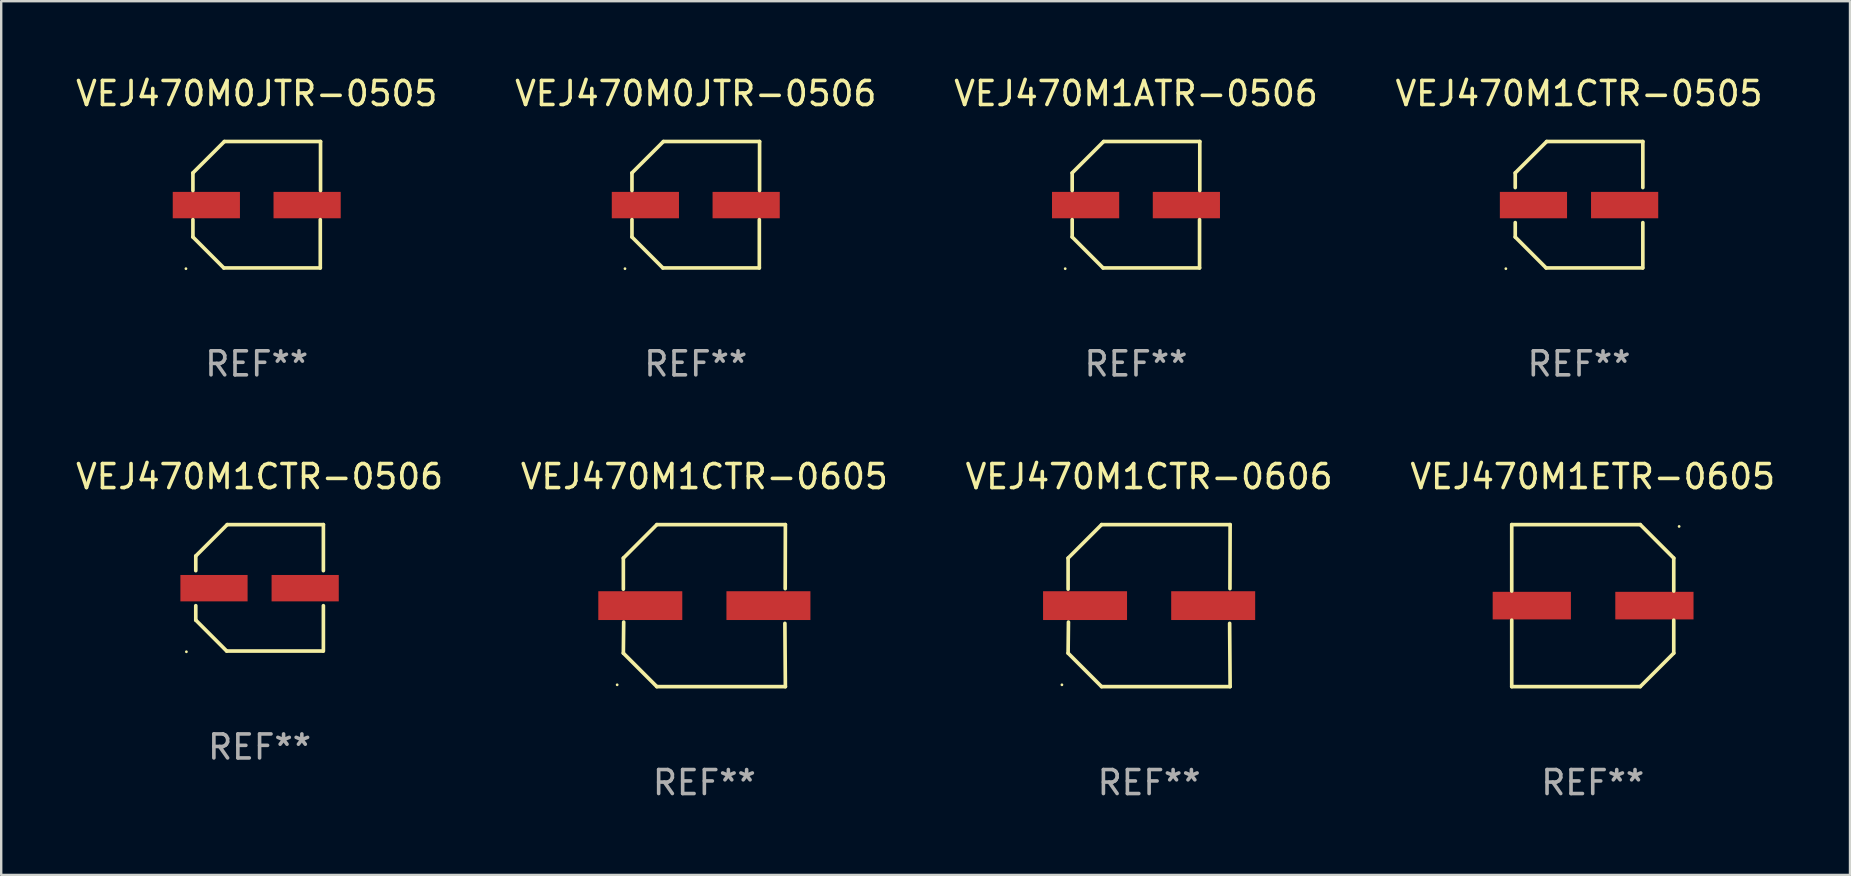
<source format=kicad_pcb>
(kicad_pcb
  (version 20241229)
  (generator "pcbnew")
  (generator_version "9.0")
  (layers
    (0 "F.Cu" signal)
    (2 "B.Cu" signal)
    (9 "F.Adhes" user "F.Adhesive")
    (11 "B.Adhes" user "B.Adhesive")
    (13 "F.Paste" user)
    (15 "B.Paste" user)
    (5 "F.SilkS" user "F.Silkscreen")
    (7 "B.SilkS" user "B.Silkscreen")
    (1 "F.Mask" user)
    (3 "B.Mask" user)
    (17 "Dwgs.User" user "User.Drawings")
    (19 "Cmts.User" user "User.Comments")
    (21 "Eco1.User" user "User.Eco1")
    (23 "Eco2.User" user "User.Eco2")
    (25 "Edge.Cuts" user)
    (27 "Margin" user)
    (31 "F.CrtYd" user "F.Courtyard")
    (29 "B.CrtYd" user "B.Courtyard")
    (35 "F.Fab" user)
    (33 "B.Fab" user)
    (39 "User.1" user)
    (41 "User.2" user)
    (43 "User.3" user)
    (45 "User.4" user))
  (footprint "VEJ470M1CTR-0606"
    (layer "F.Cu")
    (at 44.839 22.189)
    (property "Reference" "VEJ470M1CTR-0606" (at 0 -5.376 0) (layer "F.SilkS") (effects (font (size 1 1) (thickness 0.15))))
    (attr through_hole)
    (fp_line (start -3.376 -1.98) (end -3.376 -0.686) (stroke (width 0.152) (type solid)) (layer "F.SilkS"))
    (fp_line (start -3.376 1.981) (end -3.362 0.686) (stroke (width 0.152) (type solid)) (layer "F.SilkS"))
    (fp_line (start -1.981 3.376) (end -3.376 1.981) (stroke (width 0.152) (type solid)) (layer "F.SilkS"))
    (fp_line (start -1.98 -3.376) (end -3.376 -1.98) (stroke (width 0.152) (type solid)) (layer "F.SilkS"))
    (fp_line (start 3.356 0.74) (end 3.376 3.376) (stroke (width 0.152) (type solid)) (layer "F.SilkS"))
    (fp_line (start 3.369 -0.707) (end 3.376 -3.376) (stroke (width 0.152) (type solid)) (layer "F.SilkS"))
    (fp_line (start 3.376 3.376) (end -1.981 3.376) (stroke (width 0.152) (type solid)) (layer "F.SilkS"))
    (fp_line (start 3.376 -3.376) (end -1.98 -3.376) (stroke (width 0.152) (type solid)) (layer "F.SilkS"))
    (fp_circle (center -3.634 3.3) (end -3.604 3.3) (stroke (width 0.06) (type solid)) (fill no) (layer "F.SilkS"))
    (fp_text user "REF**" (at 0 7.376 0) (layer "F.Fab") (effects (font (size 1 1) (thickness 0.15))))
    (pad "1" smd rect (at -2.67 0.000254) (size 3.5 1.2) (layers "F.Cu" "F.Mask" "F.Paste"))
    (pad "2" smd rect (at 2.67 0.000254) (size 3.5 1.2) (layers "F.Cu" "F.Mask" "F.Paste")))
  (footprint "VEJ470M1ETR-0605"
    (layer "F.Cu")
    (at 63.327 22.189)
    (property "Reference" "VEJ470M1ETR-0605" (at 0 -5.376 0) (layer "F.SilkS") (effects (font (size 1 1) (thickness 0.15))))
    (attr through_hole)
    (fp_line (start -3.376 -3.376) (end 1.98 -3.376) (stroke (width 0.152) (type solid)) (layer "F.SilkS"))
    (fp_line (start -3.376 -0.607) (end -3.376 -3.376) (stroke (width 0.152) (type solid)) (layer "F.SilkS"))
    (fp_line (start -3.376 0.607) (end -3.376 3.376) (stroke (width 0.152) (type solid)) (layer "F.SilkS"))
    (fp_line (start -3.376 3.376) (end 1.98 3.376) (stroke (width 0.152) (type solid)) (layer "F.SilkS"))
    (fp_line (start 1.98 -3.376) (end 3.376 -1.98) (stroke (width 0.152) (type solid)) (layer "F.SilkS"))
    (fp_line (start 1.98 3.376) (end 3.376 1.98) (stroke (width 0.152) (type solid)) (layer "F.SilkS"))
    (fp_line (start 3.376 -1.98) (end 3.376 -0.607) (stroke (width 0.152) (type solid)) (layer "F.SilkS"))
    (fp_line (start 3.376 1.98) (end 3.376 0.607) (stroke (width 0.152) (type solid)) (layer "F.SilkS"))
    (fp_circle (center 3.6 -3.3) (end 3.63 -3.3) (stroke (width 0.06) (type solid)) (fill no) (layer "F.SilkS"))
    (fp_text user "REF**" (at 0 7.376 0) (layer "F.Fab") (effects (font (size 1 1) (thickness 0.15))))
    (pad "1" smd rect (at 2.57 0 180) (size 3.26 1.15) (layers "F.Cu" "F.Mask" "F.Paste"))
    (pad "2" smd rect (at -2.54 0 180) (size 3.26 1.15) (layers "F.Cu" "F.Mask" "F.Paste")))
  (footprint "VEJ470M0JTR-0505"
    (layer "F.Cu")
    (at 7.649 5.482)
    (property "Reference" "VEJ470M0JTR-0505" (at 0 -4.634 0) (layer "F.SilkS") (effects (font (size 1 1) (thickness 0.15))))
    (attr through_hole)
    (fp_line (start -2.659 -1.326) (end -2.659 -0.592) (stroke (width 0.152) (type solid)) (layer "F.SilkS"))
    (fp_line (start -2.659 1.346) (end -2.659 0.622) (stroke (width 0.152) (type solid)) (layer "F.SilkS"))
    (fp_line (start -1.372 2.634) (end -2.659 1.346) (stroke (width 0.152) (type solid)) (layer "F.SilkS"))
    (fp_line (start -1.349 -2.634) (end -2.659 -1.326) (stroke (width 0.152) (type solid)) (layer "F.SilkS"))
    (fp_line (start 2.649 0.622) (end 2.649 2.634) (stroke (width 0.152) (type solid)) (layer "F.SilkS"))
    (fp_line (start 2.649 2.634) (end -1.372 2.634) (stroke (width 0.152) (type solid)) (layer "F.SilkS"))
    (fp_line (start 2.659 -2.634) (end -1.349 -2.634) (stroke (width 0.152) (type solid)) (layer "F.SilkS"))
    (fp_line (start 2.659 -0.592) (end 2.659 -2.634) (stroke (width 0.152) (type solid)) (layer "F.SilkS"))
    (fp_circle (center -2.95 2.665) (end -2.92 2.665) (stroke (width 0.06) (type solid)) (fill no) (layer "F.SilkS"))
    (fp_text user "REF**" (at 0 6.634 0) (layer "F.Fab") (effects (font (size 1 1) (thickness 0.15))))
    (pad "1" smd rect (at -2.1 0.015) (size 2.8 1.1) (layers "F.Cu" "F.Mask" "F.Paste"))
    (pad "2" smd rect (at 2.1 0.015) (size 2.8 1.1) (layers "F.Cu" "F.Mask" "F.Paste")))
  (footprint "VEJ470M0JTR-0506"
    (layer "F.Cu")
    (at 25.946 5.482)
    (property "Reference" "VEJ470M0JTR-0506" (at 0 -4.634 0) (layer "F.SilkS") (effects (font (size 1 1) (thickness 0.15))))
    (attr through_hole)
    (fp_line (start -2.659 -1.326) (end -2.659 -0.592) (stroke (width 0.152) (type solid)) (layer "F.SilkS"))
    (fp_line (start -2.659 1.346) (end -2.659 0.622) (stroke (width 0.152) (type solid)) (layer "F.SilkS"))
    (fp_line (start -1.372 2.634) (end -2.659 1.346) (stroke (width 0.152) (type solid)) (layer "F.SilkS"))
    (fp_line (start -1.349 -2.634) (end -2.659 -1.326) (stroke (width 0.152) (type solid)) (layer "F.SilkS"))
    (fp_line (start 2.649 0.622) (end 2.649 2.634) (stroke (width 0.152) (type solid)) (layer "F.SilkS"))
    (fp_line (start 2.649 2.634) (end -1.372 2.634) (stroke (width 0.152) (type solid)) (layer "F.SilkS"))
    (fp_line (start 2.659 -2.634) (end -1.349 -2.634) (stroke (width 0.152) (type solid)) (layer "F.SilkS"))
    (fp_line (start 2.659 -0.592) (end 2.659 -2.634) (stroke (width 0.152) (type solid)) (layer "F.SilkS"))
    (fp_circle (center -2.95 2.665) (end -2.92 2.665) (stroke (width 0.06) (type solid)) (fill no) (layer "F.SilkS"))
    (fp_text user "REF**" (at 0 6.634 0) (layer "F.Fab") (effects (font (size 1 1) (thickness 0.15))))
    (pad "1" smd rect (at -2.1 0.015) (size 2.8 1.1) (layers "F.Cu" "F.Mask" "F.Paste"))
    (pad "2" smd rect (at 2.1 0.015) (size 2.8 1.1) (layers "F.Cu" "F.Mask" "F.Paste")))
  (footprint "VEJ470M1CTR-0605"
    (layer "F.Cu")
    (at 26.304 22.189)
    (property "Reference" "VEJ470M1CTR-0605" (at 0 -5.376 0) (layer "F.SilkS") (effects (font (size 1 1) (thickness 0.15))))
    (attr through_hole)
    (fp_line (start -3.376 -1.98) (end -3.376 -0.686) (stroke (width 0.152) (type solid)) (layer "F.SilkS"))
    (fp_line (start -3.376 1.981) (end -3.362 0.686) (stroke (width 0.152) (type solid)) (layer "F.SilkS"))
    (fp_line (start -1.981 3.376) (end -3.376 1.981) (stroke (width 0.152) (type solid)) (layer "F.SilkS"))
    (fp_line (start -1.98 -3.376) (end -3.376 -1.98) (stroke (width 0.152) (type solid)) (layer "F.SilkS"))
    (fp_line (start 3.356 0.74) (end 3.376 3.376) (stroke (width 0.152) (type solid)) (layer "F.SilkS"))
    (fp_line (start 3.369 -0.707) (end 3.376 -3.376) (stroke (width 0.152) (type solid)) (layer "F.SilkS"))
    (fp_line (start 3.376 3.376) (end -1.981 3.376) (stroke (width 0.152) (type solid)) (layer "F.SilkS"))
    (fp_line (start 3.376 -3.376) (end -1.98 -3.376) (stroke (width 0.152) (type solid)) (layer "F.SilkS"))
    (fp_circle (center -3.634 3.3) (end -3.604 3.3) (stroke (width 0.06) (type solid)) (fill no) (layer "F.SilkS"))
    (fp_text user "REF**" (at 0 7.376 0) (layer "F.Fab") (effects (font (size 1 1) (thickness 0.15))))
    (pad "1" smd rect (at -2.67 0.000254) (size 3.5 1.2) (layers "F.Cu" "F.Mask" "F.Paste"))
    (pad "2" smd rect (at 2.67 0.000254) (size 3.5 1.2) (layers "F.Cu" "F.Mask" "F.Paste")))
  (footprint "VEJ470M1ATR-0506"
    (layer "F.Cu")
    (at 44.292 5.482)
    (property "Reference" "VEJ470M1ATR-0506" (at 0 -4.634 0) (layer "F.SilkS") (effects (font (size 1 1) (thickness 0.15))))
    (attr through_hole)
    (fp_line (start -2.659 -1.326) (end -2.659 -0.592) (stroke (width 0.152) (type solid)) (layer "F.SilkS"))
    (fp_line (start -2.659 1.346) (end -2.659 0.622) (stroke (width 0.152) (type solid)) (layer "F.SilkS"))
    (fp_line (start -1.372 2.634) (end -2.659 1.346) (stroke (width 0.152) (type solid)) (layer "F.SilkS"))
    (fp_line (start -1.349 -2.634) (end -2.659 -1.326) (stroke (width 0.152) (type solid)) (layer "F.SilkS"))
    (fp_line (start 2.649 0.622) (end 2.649 2.634) (stroke (width 0.152) (type solid)) (layer "F.SilkS"))
    (fp_line (start 2.649 2.634) (end -1.372 2.634) (stroke (width 0.152) (type solid)) (layer "F.SilkS"))
    (fp_line (start 2.659 -2.634) (end -1.349 -2.634) (stroke (width 0.152) (type solid)) (layer "F.SilkS"))
    (fp_line (start 2.659 -0.592) (end 2.659 -2.634) (stroke (width 0.152) (type solid)) (layer "F.SilkS"))
    (fp_circle (center -2.95 2.665) (end -2.92 2.665) (stroke (width 0.06) (type solid)) (fill no) (layer "F.SilkS"))
    (fp_text user "REF**" (at 0 6.634 0) (layer "F.Fab") (effects (font (size 1 1) (thickness 0.15))))
    (pad "1" smd rect (at -2.1 0.015) (size 2.8 1.1) (layers "F.Cu" "F.Mask" "F.Paste"))
    (pad "2" smd rect (at 2.1 0.015) (size 2.8 1.1) (layers "F.Cu" "F.Mask" "F.Paste")))
  (footprint "VEJ470M1CTR-0505"
    (layer "F.Cu")
    (at 62.756 5.482)
    (property "Reference" "VEJ470M1CTR-0505" (at 0 -4.634 0) (layer "F.SilkS") (effects (font (size 1 1) (thickness 0.15))))
    (attr through_hole)
    (fp_line (start -2.659 -1.326) (end -2.659 -0.715) (stroke (width 0.152) (type solid)) (layer "F.SilkS"))
    (fp_line (start -2.659 0.745) (end -2.659 1.346) (stroke (width 0.152) (type solid)) (layer "F.SilkS"))
    (fp_line (start -1.372 2.634) (end -2.659 1.346) (stroke (width 0.152) (type solid)) (layer "F.SilkS"))
    (fp_line (start -1.349 -2.634) (end -2.659 -1.326) (stroke (width 0.152) (type solid)) (layer "F.SilkS"))
    (fp_line (start 2.649 2.634) (end -1.372 2.634) (stroke (width 0.152) (type solid)) (layer "F.SilkS"))
    (fp_line (start 2.659 -2.634) (end -1.349 -2.634) (stroke (width 0.152) (type solid)) (layer "F.SilkS"))
    (fp_line (start 2.659 -2.634) (end 2.659 -0.715) (stroke (width 0.152) (type solid)) (layer "F.SilkS"))
    (fp_line (start 2.659 0.745) (end 2.659 2.634) (stroke (width 0.152) (type solid)) (layer "F.SilkS"))
    (fp_circle (center -3.05 2.665) (end -3.02 2.665) (stroke (width 0.06) (type solid)) (fill no) (layer "F.SilkS"))
    (fp_text user "REF**" (at 0 6.634 0) (layer "F.Fab") (effects (font (size 1 1) (thickness 0.15))))
    (pad "1" smd rect (at -1.9 0.015) (size 2.8 1.1) (layers "F.Cu" "F.Mask" "F.Paste"))
    (pad "2" smd rect (at 1.9 0.015) (size 2.8 1.1) (layers "F.Cu" "F.Mask" "F.Paste")))
  (footprint "VEJ470M1CTR-0506"
    (layer "F.Cu")
    (at 7.768 21.447)
    (property "Reference" "VEJ470M1CTR-0506" (at 0 -4.634 0) (layer "F.SilkS") (effects (font (size 1 1) (thickness 0.15))))
    (attr through_hole)
    (fp_line (start -2.659 -1.326) (end -2.659 -0.715) (stroke (width 0.152) (type solid)) (layer "F.SilkS"))
    (fp_line (start -2.659 0.745) (end -2.659 1.346) (stroke (width 0.152) (type solid)) (layer "F.SilkS"))
    (fp_line (start -1.372 2.634) (end -2.659 1.346) (stroke (width 0.152) (type solid)) (layer "F.SilkS"))
    (fp_line (start -1.349 -2.634) (end -2.659 -1.326) (stroke (width 0.152) (type solid)) (layer "F.SilkS"))
    (fp_line (start 2.649 2.634) (end -1.372 2.634) (stroke (width 0.152) (type solid)) (layer "F.SilkS"))
    (fp_line (start 2.659 -2.634) (end -1.349 -2.634) (stroke (width 0.152) (type solid)) (layer "F.SilkS"))
    (fp_line (start 2.659 -2.634) (end 2.659 -0.715) (stroke (width 0.152) (type solid)) (layer "F.SilkS"))
    (fp_line (start 2.659 0.745) (end 2.659 2.634) (stroke (width 0.152) (type solid)) (layer "F.SilkS"))
    (fp_circle (center -3.05 2.665) (end -3.02 2.665) (stroke (width 0.06) (type solid)) (fill no) (layer "F.SilkS"))
    (fp_text user "REF**" (at 0 6.634 0) (layer "F.Fab") (effects (font (size 1 1) (thickness 0.15))))
    (pad "1" smd rect (at -1.9 0.015) (size 2.8 1.1) (layers "F.Cu" "F.Mask" "F.Paste"))
    (pad "2" smd rect (at 1.9 0.015) (size 2.8 1.1) (layers "F.Cu" "F.Mask" "F.Paste")))
  (gr_rect
    (start -3 -3)
    (end 74.048 33.413)
    (stroke (width 0.1) (type default))
    (fill no)
    (layer "Edge.Cuts")))
</source>
